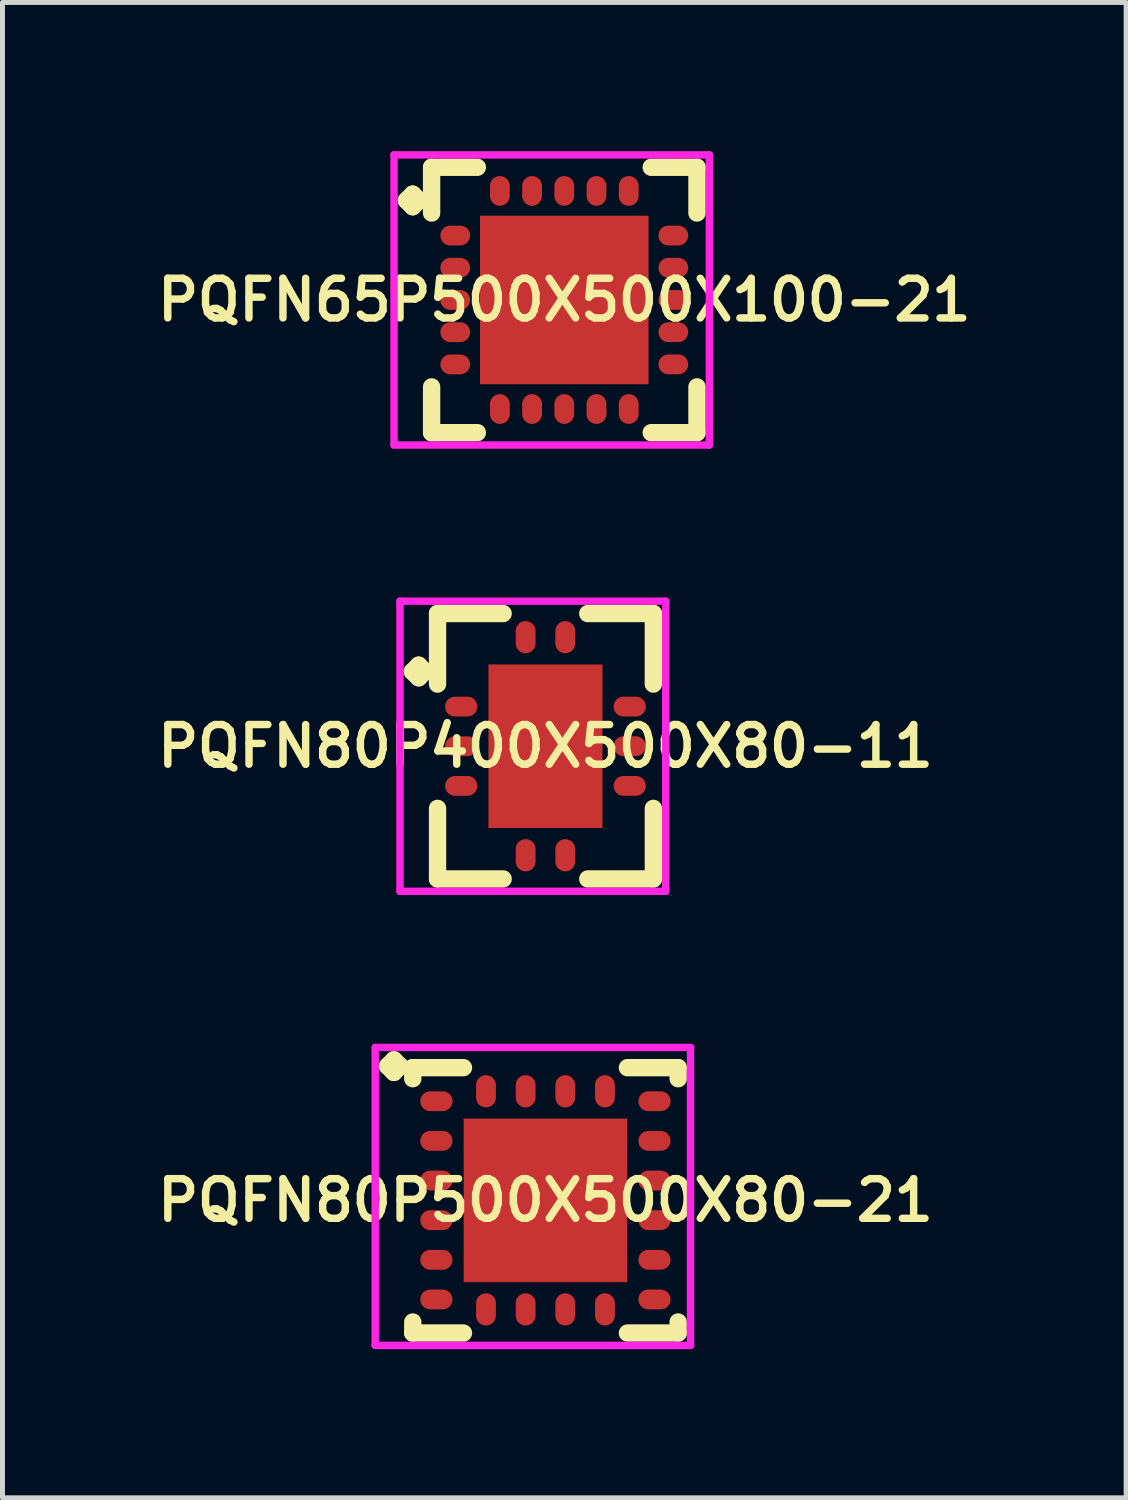
<source format=kicad_pcb>
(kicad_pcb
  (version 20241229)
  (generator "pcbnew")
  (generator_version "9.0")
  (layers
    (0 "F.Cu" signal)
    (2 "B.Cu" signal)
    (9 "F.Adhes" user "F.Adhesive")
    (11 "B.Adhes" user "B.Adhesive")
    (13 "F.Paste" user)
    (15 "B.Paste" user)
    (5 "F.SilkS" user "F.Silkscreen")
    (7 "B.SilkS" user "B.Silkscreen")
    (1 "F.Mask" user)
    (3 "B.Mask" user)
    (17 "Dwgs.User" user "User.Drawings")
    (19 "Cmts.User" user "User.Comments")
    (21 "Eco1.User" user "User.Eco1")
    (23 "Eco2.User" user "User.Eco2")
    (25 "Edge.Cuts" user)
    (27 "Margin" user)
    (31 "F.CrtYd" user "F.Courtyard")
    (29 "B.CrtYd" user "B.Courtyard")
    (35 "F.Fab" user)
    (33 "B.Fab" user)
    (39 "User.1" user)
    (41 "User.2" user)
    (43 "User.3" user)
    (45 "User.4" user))
  (footprint "PQFN80P500X500X80-21"
    (layer "F.Cu")
    (at 7.955 21.168)
    (property "Reference" "PQFN80P500X500X80-21" (at 0 0 0) (layer "F.SilkS") (effects (font (size 0.8 0.8) (thickness 0.15))))
    (attr smd)
    (fp_line (start -3.185 -2.708) (end -3.058 -2.835) (stroke (width 0.35) (type solid)) (layer "F.SilkS"))
    (fp_line (start -3.058 -2.835) (end -2.931 -2.708) (stroke (width 0.35) (type solid)) (layer "F.SilkS"))
    (fp_line (start -3.058 -2.581) (end -3.185 -2.708) (stroke (width 0.35) (type solid)) (layer "F.SilkS"))
    (fp_line (start -2.931 -2.708) (end -3.058 -2.581) (stroke (width 0.35) (type solid)) (layer "F.SilkS"))
    (fp_line (start -2.677 -2.677) (end -1.654 -2.677) (stroke (width 0.35) (type solid)) (layer "F.SilkS"))
    (fp_line (start -2.677 -2.454) (end -2.677 -2.677) (stroke (width 0.35) (type solid)) (layer "F.SilkS"))
    (fp_line (start -2.677 2.454) (end -2.677 2.677) (stroke (width 0.35) (type solid)) (layer "F.SilkS"))
    (fp_line (start -2.677 2.677) (end -1.654 2.677) (stroke (width 0.35) (type solid)) (layer "F.SilkS"))
    (fp_line (start 1.654 -2.677) (end 2.677 -2.677) (stroke (width 0.35) (type solid)) (layer "F.SilkS"))
    (fp_line (start 1.654 2.677) (end 2.677 2.677) (stroke (width 0.35) (type solid)) (layer "F.SilkS"))
    (fp_line (start 2.677 -2.677) (end 2.677 -2.454) (stroke (width 0.35) (type solid)) (layer "F.SilkS"))
    (fp_line (start 2.677 2.677) (end 2.677 2.454) (stroke (width 0.35) (type solid)) (layer "F.SilkS"))
    (fp_line (start -3.435 -3.085) (end 2.927 -3.085) (stroke (width 0.15) (type solid)) (layer "F.CrtYd"))
    (fp_line (start -3.435 2.927) (end -3.435 -3.085) (stroke (width 0.15) (type solid)) (layer "F.CrtYd"))
    (fp_line (start 2.927 -3.085) (end 2.927 2.927) (stroke (width 0.15) (type solid)) (layer "F.CrtYd"))
    (fp_line (start 2.927 2.927) (end -3.435 2.927) (stroke (width 0.15) (type solid)) (layer "F.CrtYd"))
    (pad "1" smd oval (at -2.2 -2) (size 0.65 0.4) (layers "F.Cu" "F.Mask" "F.Paste"))
    (pad "2" smd oval (at -2.2 -1.2) (size 0.65 0.4) (layers "F.Cu" "F.Mask" "F.Paste"))
    (pad "3" smd oval (at -2.2 -0.4) (size 0.65 0.4) (layers "F.Cu" "F.Mask" "F.Paste"))
    (pad "4" smd oval (at -2.2 0.4) (size 0.65 0.4) (layers "F.Cu" "F.Mask" "F.Paste"))
    (pad "5" smd oval (at -2.2 1.2) (size 0.65 0.4) (layers "F.Cu" "F.Mask" "F.Paste"))
    (pad "6" smd oval (at -2.2 2) (size 0.65 0.4) (layers "F.Cu" "F.Mask" "F.Paste"))
    (pad "7" smd oval (at -1.2 2.2) (size 0.4 0.65) (layers "F.Cu" "F.Mask" "F.Paste"))
    (pad "8" smd oval (at -0.4 2.2) (size 0.4 0.65) (layers "F.Cu" "F.Mask" "F.Paste"))
    (pad "9" smd oval (at 0.4 2.2) (size 0.4 0.65) (layers "F.Cu" "F.Mask" "F.Paste"))
    (pad "10" smd oval (at 1.2 2.2) (size 0.4 0.65) (layers "F.Cu" "F.Mask" "F.Paste"))
    (pad "11" smd oval (at 2.2 2) (size 0.65 0.4) (layers "F.Cu" "F.Mask" "F.Paste"))
    (pad "12" smd oval (at 2.2 1.2) (size 0.65 0.4) (layers "F.Cu" "F.Mask" "F.Paste"))
    (pad "13" smd oval (at 2.2 0.4) (size 0.65 0.4) (layers "F.Cu" "F.Mask" "F.Paste"))
    (pad "14" smd oval (at 2.2 -0.4) (size 0.65 0.4) (layers "F.Cu" "F.Mask" "F.Paste"))
    (pad "15" smd oval (at 2.2 -1.2) (size 0.65 0.4) (layers "F.Cu" "F.Mask" "F.Paste"))
    (pad "16" smd oval (at 2.2 -2) (size 0.65 0.4) (layers "F.Cu" "F.Mask" "F.Paste"))
    (pad "17" smd oval (at 1.2 -2.2) (size 0.4 0.65) (layers "F.Cu" "F.Mask" "F.Paste"))
    (pad "18" smd oval (at 0.4 -2.2) (size 0.4 0.65) (layers "F.Cu" "F.Mask" "F.Paste"))
    (pad "19" smd oval (at -0.4 -2.2) (size 0.4 0.65) (layers "F.Cu" "F.Mask" "F.Paste"))
    (pad "20" smd oval (at -1.2 -2.2) (size 0.4 0.65) (layers "F.Cu" "F.Mask" "F.Paste"))
    (pad "21" smd rect (at 0 0) (size 3.3 3.3) (layers "F.Cu" "F.Mask" "F.Paste")))
  (footprint "PQFN65P500X500X100-21"
    (layer "F.Cu")
    (at 8.335 3.002)
    (property "Reference" "PQFN65P500X500X100-21" (at 0 0 0) (layer "F.SilkS") (effects (font (size 0.8 0.8) (thickness 0.15))))
    (attr smd)
    (fp_line (start -3.185 -2.008) (end -3.058 -2.135) (stroke (width 0.35) (type solid)) (layer "F.SilkS"))
    (fp_line (start -3.058 -2.135) (end -2.931 -2.008) (stroke (width 0.35) (type solid)) (layer "F.SilkS"))
    (fp_line (start -3.058 -1.881) (end -3.185 -2.008) (stroke (width 0.35) (type solid)) (layer "F.SilkS"))
    (fp_line (start -2.931 -2.008) (end -3.058 -1.881) (stroke (width 0.35) (type solid)) (layer "F.SilkS"))
    (fp_line (start -2.677 -2.677) (end -1.754 -2.677) (stroke (width 0.35) (type solid)) (layer "F.SilkS"))
    (fp_line (start -2.677 -1.754) (end -2.677 -2.677) (stroke (width 0.35) (type solid)) (layer "F.SilkS"))
    (fp_line (start -2.677 1.754) (end -2.677 2.677) (stroke (width 0.35) (type solid)) (layer "F.SilkS"))
    (fp_line (start -2.677 2.677) (end -1.754 2.677) (stroke (width 0.35) (type solid)) (layer "F.SilkS"))
    (fp_line (start 1.754 -2.677) (end 2.677 -2.677) (stroke (width 0.35) (type solid)) (layer "F.SilkS"))
    (fp_line (start 1.754 2.677) (end 2.677 2.677) (stroke (width 0.35) (type solid)) (layer "F.SilkS"))
    (fp_line (start 2.677 -2.677) (end 2.677 -1.754) (stroke (width 0.35) (type solid)) (layer "F.SilkS"))
    (fp_line (start 2.677 2.677) (end 2.677 1.754) (stroke (width 0.35) (type solid)) (layer "F.SilkS"))
    (fp_line (start -3.435 -2.927) (end 2.927 -2.927) (stroke (width 0.15) (type solid)) (layer "F.CrtYd"))
    (fp_line (start -3.435 2.927) (end -3.435 -2.927) (stroke (width 0.15) (type solid)) (layer "F.CrtYd"))
    (fp_line (start 2.927 -2.927) (end 2.927 2.927) (stroke (width 0.15) (type solid)) (layer "F.CrtYd"))
    (fp_line (start 2.927 2.927) (end -3.435 2.927) (stroke (width 0.15) (type solid)) (layer "F.CrtYd"))
    (pad "1" smd oval (at -2.2 -1.3) (size 0.6 0.4) (layers "F.Cu" "F.Mask" "F.Paste"))
    (pad "2" smd oval (at -2.2 -0.65) (size 0.6 0.4) (layers "F.Cu" "F.Mask" "F.Paste"))
    (pad "3" smd oval (at -2.2 0) (size 0.6 0.4) (layers "F.Cu" "F.Mask" "F.Paste"))
    (pad "4" smd oval (at -2.2 0.65) (size 0.6 0.4) (layers "F.Cu" "F.Mask" "F.Paste"))
    (pad "5" smd oval (at -2.2 1.3) (size 0.6 0.4) (layers "F.Cu" "F.Mask" "F.Paste"))
    (pad "6" smd oval (at -1.3 2.2) (size 0.4 0.6) (layers "F.Cu" "F.Mask" "F.Paste"))
    (pad "7" smd oval (at -0.65 2.2) (size 0.4 0.6) (layers "F.Cu" "F.Mask" "F.Paste"))
    (pad "8" smd oval (at 0 2.2) (size 0.4 0.6) (layers "F.Cu" "F.Mask" "F.Paste"))
    (pad "9" smd oval (at 0.65 2.2) (size 0.4 0.6) (layers "F.Cu" "F.Mask" "F.Paste"))
    (pad "10" smd oval (at 1.3 2.2) (size 0.4 0.6) (layers "F.Cu" "F.Mask" "F.Paste"))
    (pad "11" smd oval (at 2.2 1.3) (size 0.6 0.4) (layers "F.Cu" "F.Mask" "F.Paste"))
    (pad "12" smd oval (at 2.2 0.65) (size 0.6 0.4) (layers "F.Cu" "F.Mask" "F.Paste"))
    (pad "13" smd oval (at 2.2 0) (size 0.6 0.4) (layers "F.Cu" "F.Mask" "F.Paste"))
    (pad "14" smd oval (at 2.2 -0.65) (size 0.6 0.4) (layers "F.Cu" "F.Mask" "F.Paste"))
    (pad "15" smd oval (at 2.2 -1.3) (size 0.6 0.4) (layers "F.Cu" "F.Mask" "F.Paste"))
    (pad "16" smd oval (at 1.3 -2.2) (size 0.4 0.6) (layers "F.Cu" "F.Mask" "F.Paste"))
    (pad "17" smd oval (at 0.65 -2.2) (size 0.4 0.6) (layers "F.Cu" "F.Mask" "F.Paste"))
    (pad "18" smd oval (at 0 -2.2) (size 0.4 0.6) (layers "F.Cu" "F.Mask" "F.Paste"))
    (pad "19" smd oval (at -0.65 -2.2) (size 0.4 0.6) (layers "F.Cu" "F.Mask" "F.Paste"))
    (pad "20" smd oval (at -1.3 -2.2) (size 0.4 0.6) (layers "F.Cu" "F.Mask" "F.Paste"))
    (pad "21" smd rect (at 0 0) (size 3.4 3.4) (layers "F.Cu" "F.Mask" "F.Paste")))
  (footprint "PQFN80P400X500X80-11"
    (layer "F.Cu")
    (at 7.955 12.006)
    (property "Reference" "PQFN80P400X500X80-11" (at 0 0 0) (layer "F.SilkS") (effects (font (size 0.8 0.8) (thickness 0.15))))
    (attr smd)
    (fp_line (start -2.685 -1.508) (end -2.558 -1.635) (stroke (width 0.35) (type solid)) (layer "F.SilkS"))
    (fp_line (start -2.558 -1.635) (end -2.431 -1.508) (stroke (width 0.35) (type solid)) (layer "F.SilkS"))
    (fp_line (start -2.558 -1.381) (end -2.685 -1.508) (stroke (width 0.35) (type solid)) (layer "F.SilkS"))
    (fp_line (start -2.431 -1.508) (end -2.558 -1.381) (stroke (width 0.35) (type solid)) (layer "F.SilkS"))
    (fp_line (start -2.177 -2.677) (end -0.854 -2.677) (stroke (width 0.35) (type solid)) (layer "F.SilkS"))
    (fp_line (start -2.177 -1.254) (end -2.177 -2.677) (stroke (width 0.35) (type solid)) (layer "F.SilkS"))
    (fp_line (start -2.177 1.254) (end -2.177 2.677) (stroke (width 0.35) (type solid)) (layer "F.SilkS"))
    (fp_line (start -2.177 2.677) (end -0.854 2.677) (stroke (width 0.35) (type solid)) (layer "F.SilkS"))
    (fp_line (start 0.854 -2.677) (end 2.177 -2.677) (stroke (width 0.35) (type solid)) (layer "F.SilkS"))
    (fp_line (start 0.854 2.677) (end 2.177 2.677) (stroke (width 0.35) (type solid)) (layer "F.SilkS"))
    (fp_line (start 2.177 -2.677) (end 2.177 -1.254) (stroke (width 0.35) (type solid)) (layer "F.SilkS"))
    (fp_line (start 2.177 2.677) (end 2.177 1.254) (stroke (width 0.35) (type solid)) (layer "F.SilkS"))
    (fp_line (start -2.935 -2.927) (end 2.427 -2.927) (stroke (width 0.15) (type solid)) (layer "F.CrtYd"))
    (fp_line (start -2.935 2.927) (end -2.935 -2.927) (stroke (width 0.15) (type solid)) (layer "F.CrtYd"))
    (fp_line (start 2.427 -2.927) (end 2.427 2.927) (stroke (width 0.15) (type solid)) (layer "F.CrtYd"))
    (fp_line (start 2.427 2.927) (end -2.935 2.927) (stroke (width 0.15) (type solid)) (layer "F.CrtYd"))
    (pad "1" smd oval (at -1.7 -0.8) (size 0.65 0.4) (layers "F.Cu" "F.Mask" "F.Paste"))
    (pad "2" smd oval (at -1.7 0) (size 0.65 0.4) (layers "F.Cu" "F.Mask" "F.Paste"))
    (pad "3" smd oval (at -1.7 0.8) (size 0.65 0.4) (layers "F.Cu" "F.Mask" "F.Paste"))
    (pad "4" smd oval (at -0.4 2.2) (size 0.4 0.65) (layers "F.Cu" "F.Mask" "F.Paste"))
    (pad "5" smd oval (at 0.4 2.2) (size 0.4 0.65) (layers "F.Cu" "F.Mask" "F.Paste"))
    (pad "6" smd oval (at 1.7 0.8) (size 0.65 0.4) (layers "F.Cu" "F.Mask" "F.Paste"))
    (pad "7" smd oval (at 1.7 0) (size 0.65 0.4) (layers "F.Cu" "F.Mask" "F.Paste"))
    (pad "8" smd oval (at 1.7 -0.8) (size 0.65 0.4) (layers "F.Cu" "F.Mask" "F.Paste"))
    (pad "9" smd oval (at 0.4 -2.2) (size 0.4 0.65) (layers "F.Cu" "F.Mask" "F.Paste"))
    (pad "10" smd oval (at -0.4 -2.2) (size 0.4 0.65) (layers "F.Cu" "F.Mask" "F.Paste"))
    (pad "11" smd rect (at 0 0) (size 2.3 3.3) (layers "F.Cu" "F.Mask" "F.Paste")))
  (gr_rect
    (start -3 -3)
    (end 19.671 27.17)
    (stroke (width 0.1) (type default))
    (fill no)
    (layer "Edge.Cuts")))
</source>
